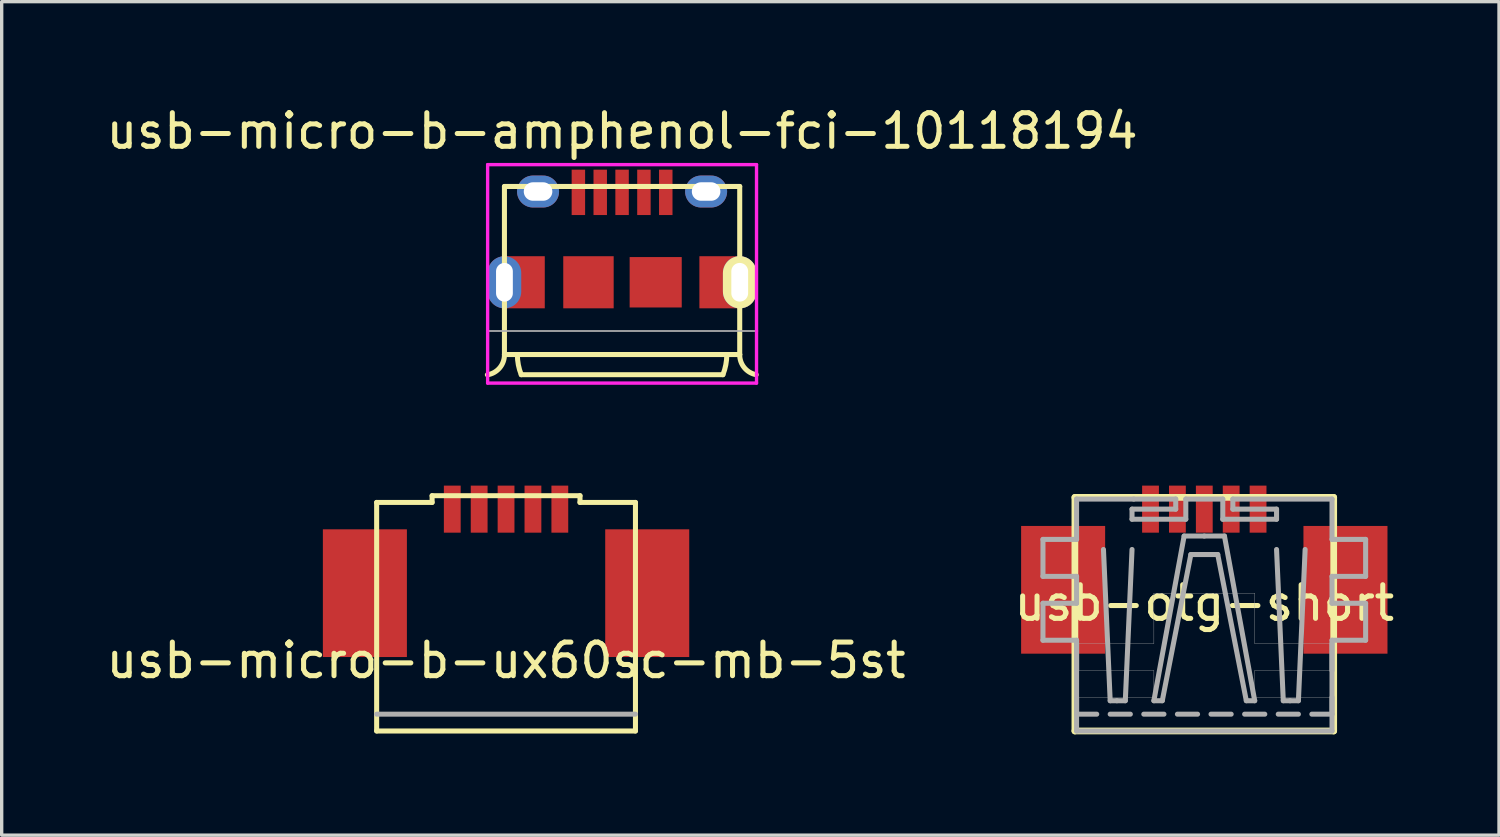
<source format=kicad_pcb>
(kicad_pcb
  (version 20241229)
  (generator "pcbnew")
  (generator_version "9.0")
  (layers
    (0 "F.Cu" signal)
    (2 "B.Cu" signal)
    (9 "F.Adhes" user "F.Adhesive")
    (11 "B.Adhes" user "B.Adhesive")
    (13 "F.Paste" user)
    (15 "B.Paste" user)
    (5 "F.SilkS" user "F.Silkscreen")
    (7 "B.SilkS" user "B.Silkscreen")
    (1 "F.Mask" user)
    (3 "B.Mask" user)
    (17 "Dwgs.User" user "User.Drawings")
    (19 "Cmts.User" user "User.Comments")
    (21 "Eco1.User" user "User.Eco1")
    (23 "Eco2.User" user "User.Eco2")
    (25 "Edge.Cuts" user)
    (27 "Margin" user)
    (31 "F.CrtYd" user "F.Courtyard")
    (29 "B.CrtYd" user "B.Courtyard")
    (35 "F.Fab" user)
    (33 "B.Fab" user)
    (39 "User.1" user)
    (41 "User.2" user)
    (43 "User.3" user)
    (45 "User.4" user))
  (footprint "usb-otg-short"
    (layer "F.Cu")
    (at 32.78 18.198)
    (property "Reference" "usb-otg-short" (at 0 -3.306 0) (layer "F.SilkS") (effects (font (size 1 1) (thickness 0.15))))
    (attr through_hole)
    (fp_line (start -3.85 -6.45) (end -3.85 0.5) (stroke (width 0.2) (type solid)) (layer "F.SilkS"))
    (fp_line (start -3.85 0.5) (end 3.85 0.5) (stroke (width 0.2) (type solid)) (layer "F.SilkS"))
    (fp_line (start 3.85 -6.45) (end -3.85 -6.45) (stroke (width 0.2) (type solid)) (layer "F.SilkS"))
    (fp_line (start 3.85 0.5) (end 3.85 -6.45) (stroke (width 0.2) (type solid)) (layer "F.SilkS"))
    (fp_line (start -4.8 -5.2) (end -4.8 -4.1) (stroke (width 0.15) (type solid)) (layer "F.Fab"))
    (fp_line (start -4.8 -4.1) (end -3.8 -4.1) (stroke (width 0.15) (type solid)) (layer "F.Fab"))
    (fp_line (start -4.8 -3.3) (end -4.8 -2.2) (stroke (width 0.15) (type solid)) (layer "F.Fab"))
    (fp_line (start -4.8 -2.2) (end -3.8 -2.2) (stroke (width 0.15) (type solid)) (layer "F.Fab"))
    (fp_line (start -3.8 -6.4) (end -3.8 -5.2) (stroke (width 0.15) (type solid)) (layer "F.Fab"))
    (fp_line (start -3.8 -6.4) (end -2.1 -6.4) (stroke (width 0.15) (type solid)) (layer "F.Fab"))
    (fp_line (start -3.8 -5.2) (end -4.8 -5.2) (stroke (width 0.15) (type solid)) (layer "F.Fab"))
    (fp_line (start -3.8 -4.1) (end -3.8 -3.3) (stroke (width 0.15) (type solid)) (layer "F.Fab"))
    (fp_line (start -3.8 -3.3) (end -4.8 -3.3) (stroke (width 0.15) (type solid)) (layer "F.Fab"))
    (fp_line (start -3.8 -2.2) (end -3.8 0.5) (stroke (width 0.15) (type solid)) (layer "F.Fab"))
    (fp_line (start -3.8 -2.1) (end -3.8 -1.3) (stroke (width 0.15) (type solid)) (layer "F.Fab"))
    (fp_line (start -3.8 -1.3) (end -1.5 -1.3) (stroke (width 0.01) (type solid)) (layer "F.Fab"))
    (fp_line (start -3.8 -0.5) (end -3.8 0) (stroke (width 0.15) (type solid)) (layer "F.Fab"))
    (fp_line (start -3.8 0) (end -3.2 0) (stroke (width 0.15) (type solid)) (layer "F.Fab"))
    (fp_line (start -3.8 0.5) (end 3.8 0.5) (stroke (width 0.15) (type solid)) (layer "F.Fab"))
    (fp_line (start -3 -4.9) (end -2.8 -0.4) (stroke (width 0.15) (type solid)) (layer "F.Fab"))
    (fp_line (start -2.8 -0.4) (end -2.6 -0.4) (stroke (width 0.15) (type solid)) (layer "F.Fab"))
    (fp_line (start -2.8 0) (end -2.2 0) (stroke (width 0.15) (type solid)) (layer "F.Fab"))
    (fp_line (start -2.35 -0.4) (end -2.6 -0.4) (stroke (width 0.15) (type solid)) (layer "F.Fab"))
    (fp_line (start -2.15 -6.1) (end -2.15 -5.8) (stroke (width 0.15) (type solid)) (layer "F.Fab"))
    (fp_line (start -2.15 -5.8) (end -0.55 -5.8) (stroke (width 0.15) (type solid)) (layer "F.Fab"))
    (fp_line (start -2.15 -4.9) (end -2.35 -0.4) (stroke (width 0.15) (type solid)) (layer "F.Fab"))
    (fp_line (start -2.1 -6.4) (end -0.85 -6.4) (stroke (width 0.15) (type solid)) (layer "F.Fab"))
    (fp_line (start -1.8 0) (end -1.2 0) (stroke (width 0.15) (type solid)) (layer "F.Fab"))
    (fp_line (start -1.5 -3.6) (end 1.5 -3.6) (stroke (width 0.01) (type solid)) (layer "F.Fab"))
    (fp_line (start -1.5 -2.1) (end -3.8 -2.1) (stroke (width 0.01) (type solid)) (layer "F.Fab"))
    (fp_line (start -1.5 -2.1) (end -1.5 -3.6) (stroke (width 0.01) (type solid)) (layer "F.Fab"))
    (fp_line (start -1.5 -1.3) (end -1.5 -0.5) (stroke (width 0.01) (type solid)) (layer "F.Fab"))
    (fp_line (start -1.5 -0.5) (end -3.8 -0.5) (stroke (width 0.01) (type solid)) (layer "F.Fab"))
    (fp_line (start -1.5 -0.4) (end -1.25 -0.4) (stroke (width 0.15) (type solid)) (layer "F.Fab"))
    (fp_line (start -1.25 -0.4) (end -0.4 -4.75) (stroke (width 0.15) (type solid)) (layer "F.Fab"))
    (fp_line (start -0.85 -6.4) (end -0.85 -6.1) (stroke (width 0.15) (type solid)) (layer "F.Fab"))
    (fp_line (start -0.85 -6.1) (end -2.15 -6.1) (stroke (width 0.15) (type solid)) (layer "F.Fab"))
    (fp_line (start -0.8 0) (end -0.2 0) (stroke (width 0.15) (type solid)) (layer "F.Fab"))
    (fp_line (start -0.6 -5.3) (end -1.5 -0.4) (stroke (width 0.15) (type solid)) (layer "F.Fab"))
    (fp_line (start -0.55 -6.4) (end 0.55 -6.4) (stroke (width 0.15) (type solid)) (layer "F.Fab"))
    (fp_line (start -0.55 -5.8) (end -0.55 -6.4) (stroke (width 0.15) (type solid)) (layer "F.Fab"))
    (fp_line (start -0.4 -4.75) (end 0 -4.75) (stroke (width 0.15) (type solid)) (layer "F.Fab"))
    (fp_line (start 0 -5.3) (end -0.6 -5.3) (stroke (width 0.15) (type solid)) (layer "F.Fab"))
    (fp_line (start 0 -5.3) (end 0.6 -5.3) (stroke (width 0.15) (type solid)) (layer "F.Fab"))
    (fp_line (start 0.2 0) (end 0.8 0) (stroke (width 0.15) (type solid)) (layer "F.Fab"))
    (fp_line (start 0.4 -4.75) (end 0 -4.75) (stroke (width 0.15) (type solid)) (layer "F.Fab"))
    (fp_line (start 0.55 -6.4) (end 0.55 -5.8) (stroke (width 0.15) (type solid)) (layer "F.Fab"))
    (fp_line (start 0.55 -5.8) (end 2.15 -5.8) (stroke (width 0.15) (type solid)) (layer "F.Fab"))
    (fp_line (start 0.6 -5.3) (end 1.5 -0.4) (stroke (width 0.15) (type solid)) (layer "F.Fab"))
    (fp_line (start 0.85 -6.4) (end 3.8 -6.4) (stroke (width 0.15) (type solid)) (layer "F.Fab"))
    (fp_line (start 0.85 -6.1) (end 0.85 -6.4) (stroke (width 0.15) (type solid)) (layer "F.Fab"))
    (fp_line (start 1.2 0) (end 1.8 0) (stroke (width 0.15) (type solid)) (layer "F.Fab"))
    (fp_line (start 1.25 -0.4) (end 0.4 -4.75) (stroke (width 0.15) (type solid)) (layer "F.Fab"))
    (fp_line (start 1.5 -3.6) (end 1.5 -2.1) (stroke (width 0.01) (type solid)) (layer "F.Fab"))
    (fp_line (start 1.5 -2.1) (end 3.8 -2.1) (stroke (width 0.01) (type solid)) (layer "F.Fab"))
    (fp_line (start 1.5 -1.3) (end 3.8 -1.3) (stroke (width 0.01) (type solid)) (layer "F.Fab"))
    (fp_line (start 1.5 -0.5) (end 1.5 -1.3) (stroke (width 0.01) (type solid)) (layer "F.Fab"))
    (fp_line (start 1.5 -0.4) (end 1.25 -0.4) (stroke (width 0.15) (type solid)) (layer "F.Fab"))
    (fp_line (start 2.15 -6.1) (end 0.85 -6.1) (stroke (width 0.15) (type solid)) (layer "F.Fab"))
    (fp_line (start 2.15 -5.8) (end 2.15 -6.1) (stroke (width 0.15) (type solid)) (layer "F.Fab"))
    (fp_line (start 2.15 -4.9) (end 2.35 -0.4) (stroke (width 0.15) (type solid)) (layer "F.Fab"))
    (fp_line (start 2.2 0) (end 2.8 0) (stroke (width 0.15) (type solid)) (layer "F.Fab"))
    (fp_line (start 2.35 -0.4) (end 2.55 -0.4) (stroke (width 0.15) (type solid)) (layer "F.Fab"))
    (fp_line (start 2.8 -0.4) (end 2.55 -0.4) (stroke (width 0.15) (type solid)) (layer "F.Fab"))
    (fp_line (start 3 -4.9) (end 2.8 -0.4) (stroke (width 0.15) (type solid)) (layer "F.Fab"))
    (fp_line (start 3.2 0) (end 3.8 0) (stroke (width 0.15) (type solid)) (layer "F.Fab"))
    (fp_line (start 3.8 -5.2) (end 3.8 -6.4) (stroke (width 0.15) (type solid)) (layer "F.Fab"))
    (fp_line (start 3.8 -4.1) (end 3.8 -3.3) (stroke (width 0.15) (type solid)) (layer "F.Fab"))
    (fp_line (start 3.8 -4.1) (end 4.8 -4.1) (stroke (width 0.15) (type solid)) (layer "F.Fab"))
    (fp_line (start 3.8 -2.2) (end 4.8 -2.2) (stroke (width 0.15) (type solid)) (layer "F.Fab"))
    (fp_line (start 3.8 -1.3) (end 3.8 -2.1) (stroke (width 0.15) (type solid)) (layer "F.Fab"))
    (fp_line (start 3.8 -0.5) (end 1.5 -0.5) (stroke (width 0.01) (type solid)) (layer "F.Fab"))
    (fp_line (start 3.8 0) (end 3.8 -0.5) (stroke (width 0.15) (type solid)) (layer "F.Fab"))
    (fp_line (start 3.8 0.5) (end 3.8 -2.2) (stroke (width 0.15) (type solid)) (layer "F.Fab"))
    (fp_line (start 4.8 -5.2) (end 3.8 -5.2) (stroke (width 0.15) (type solid)) (layer "F.Fab"))
    (fp_line (start 4.8 -5.2) (end 4.8 -4.1) (stroke (width 0.15) (type solid)) (layer "F.Fab"))
    (fp_line (start 4.8 -3.3) (end 3.8 -3.3) (stroke (width 0.15) (type solid)) (layer "F.Fab"))
    (fp_line (start 4.8 -3.3) (end 4.8 -2.2) (stroke (width 0.15) (type solid)) (layer "F.Fab"))
    (pad "1" smd rect (at -1.6 -6.1) (size 0.5 1.4) (layers "F.Cu" "F.Mask" "F.Paste"))
    (pad "2" smd rect (at -0.8 -6.1) (size 0.5 1.4) (layers "F.Cu" "F.Mask" "F.Paste"))
    (pad "3" smd rect (at 0 -6.1) (size 0.5 1.4) (layers "F.Cu" "F.Mask" "F.Paste"))
    (pad "4" smd rect (at 0.8 -6.1) (size 0.5 1.4) (layers "F.Cu" "F.Mask" "F.Paste"))
    (pad "5" smd rect (at 1.6 -6.1) (size 0.5 1.4) (layers "F.Cu" "F.Mask" "F.Paste"))
    (pad "6" smd rect (at -4.2 -3.7) (size 2.5 3.8) (layers "F.Cu" "F.Mask" "F.Paste"))
    (pad "6" smd rect (at 4.2 -3.7) (size 2.5 3.8) (layers "F.Cu" "F.Mask" "F.Paste")))
  (footprint "usb-micro-b-amphenol-fci-10118194"
    (layer "F.Cu")
    (at 15.458 5.348)
    (property "Reference" "usb-micro-b-amphenol-fci-10118194" (at 0 -4.5 0) (layer "F.SilkS") (effects (font (size 1 1) (thickness 0.15))))
    (attr through_hole)
    (fp_line (start -3.5 -2.85) (end -3.5 2.15) (stroke (width 0.15) (type solid)) (layer "F.SilkS"))
    (fp_line (start -3.5 2.15) (end 3.5 2.15) (stroke (width 0.15) (type solid)) (layer "F.SilkS"))
    (fp_line (start -3 2.75) (end 3 2.75) (stroke (width 0.15) (type solid)) (layer "F.SilkS"))
    (fp_line (start 3.5 -2.85) (end -3.5 -2.85) (stroke (width 0.15) (type solid)) (layer "F.SilkS"))
    (fp_line (start 3.5 -2.85) (end 3.5 2.15) (stroke (width 0.15) (type solid)) (layer "F.SilkS"))
    (fp_arc (start -3.5 2.15) (mid -3.640864 2.546386) (end -4.007362 2.75289) (stroke (width 0.15) (type solid)) (layer "F.SilkS"))
    (fp_arc (start -3 2.75) (mid -3.086399 2.455513) (end -3.115549 2.15) (stroke (width 0.15) (type solid)) (layer "F.SilkS"))
    (fp_arc (start 3.115549 2.15004) (mid 3.086395 2.455532) (end 3 2.75) (stroke (width 0.15) (type solid)) (layer "F.SilkS"))
    (fp_arc (start 3.990732 2.750051) (mid 3.635478 2.539894) (end 3.5 2.15) (stroke (width 0.15) (type solid)) (layer "F.SilkS"))
    (fp_line (start -4 -3.5) (end 4 -3.5) (stroke (width 0.1) (type solid)) (layer "F.CrtYd"))
    (fp_line (start -4 3) (end -4 -3.5) (stroke (width 0.1) (type solid)) (layer "F.CrtYd"))
    (fp_line (start 4 -3.5) (end 4 3) (stroke (width 0.1) (type solid)) (layer "F.CrtYd"))
    (fp_line (start 4 3) (end -4 3) (stroke (width 0.1) (type solid)) (layer "F.CrtYd"))
    (fp_line (start -4.025 1.45) (end 4.025 1.45) (stroke (width 0.05) (type solid)) (layer "F.Fab"))
    (pad "1" smd rect (at -1.3 -2.675) (size 0.4 1.35) (layers "F.Cu" "F.Mask" "F.Paste"))
    (pad "2" smd rect (at -0.65 -2.675) (size 0.4 1.35) (layers "F.Cu" "F.Mask" "F.Paste"))
    (pad "3" smd rect (at 0 -2.675 180) (size 0.4 1.35) (layers "F.Cu" "F.Mask" "F.Paste"))
    (pad "4" smd rect (at 0.65 -2.675 180) (size 0.4 1.35) (layers "F.Cu" "F.Mask" "F.Paste"))
    (pad "5" smd rect (at 1.3 -2.675) (size 0.4 1.35) (layers "F.Cu" "F.Mask" "F.Paste"))
    (pad "6" thru_hole oval (at -3.5 0) (size 1 1.55) (drill oval 0.5 1.15) (layers "*.Cu" "*.Mask"))
    (pad "6" smd rect (at -2.9 0) (size 1.2 1.55) (layers "F.Cu" "F.Mask" "F.Paste"))
    (pad "6" thru_hole oval (at -2.5 -2.7) (size 1.25 0.95) (drill oval 0.85 0.55) (layers "*.Cu" "*.Mask"))
    (pad "6" smd rect (at -1 0) (size 1.5 1.55) (layers "F.Cu" "F.Mask" "F.Paste"))
    (pad "6" smd rect (at 1 0 90) (size 1.5 1.55) (layers "F.Cu" "F.Mask" "F.Paste"))
    (pad "6" thru_hole oval (at 2.5 -2.7) (size 1.25 0.95) (drill oval 0.85 0.55) (layers "*.Cu" "*.Mask"))
    (pad "6" smd rect (at 2.9 0) (size 1.2 1.55) (layers "F.Cu" "F.Mask" "F.Paste"))
    (pad "6" thru_hole oval (at 3.5 0) (size 1 1.55) (drill oval 0.5 1.15) (layers "*.Cu" "*.Mask" "F.SilkS")))
  (footprint "usb-micro-b-ux60sc-mb-5st"
    (layer "F.Cu")
    (at 12.006 15.498)
    (property "Reference" "usb-micro-b-ux60sc-mb-5st" (at 0 1.1 0) (layer "F.SilkS") (effects (font (size 1 1) (thickness 0.15))))
    (attr through_hole)
    (fp_line (start -3.85 -3.6) (end -2.2 -3.6) (stroke (width 0.15) (type solid)) (layer "F.SilkS"))
    (fp_line (start -3.85 2.7) (end -3.85 -3.6) (stroke (width 0.15) (type solid)) (layer "F.SilkS"))
    (fp_line (start -3.85 3.2) (end -3.85 2.7) (stroke (width 0.15) (type solid)) (layer "F.SilkS"))
    (fp_line (start -3.85 3.2) (end 3.85 3.2) (stroke (width 0.15) (type solid)) (layer "F.SilkS"))
    (fp_line (start -2.2 -3.8) (end 2.2 -3.8) (stroke (width 0.15) (type solid)) (layer "F.SilkS"))
    (fp_line (start -2.2 -3.6) (end -2.2 -3.8) (stroke (width 0.15) (type solid)) (layer "F.SilkS"))
    (fp_line (start 2.2 -3.6) (end 2.2 -3.8) (stroke (width 0.15) (type solid)) (layer "F.SilkS"))
    (fp_line (start 3.85 -3.6) (end 2.2 -3.6) (stroke (width 0.15) (type solid)) (layer "F.SilkS"))
    (fp_line (start 3.85 2.7) (end 3.85 -3.6) (stroke (width 0.15) (type solid)) (layer "F.SilkS"))
    (fp_line (start 3.85 2.7) (end 3.85 3.2) (stroke (width 0.15) (type solid)) (layer "F.SilkS"))
    (fp_line (start -3.85 2.7) (end 3.85 2.7) (stroke (width 0.15) (type solid)) (layer "F.Fab"))
    (pad "1" smd rect (at -1.6 -3.4) (size 0.5 1.4) (layers "F.Cu" "F.Mask" "F.Paste"))
    (pad "2" smd rect (at -0.8 -3.4) (size 0.5 1.4) (layers "F.Cu" "F.Mask" "F.Paste"))
    (pad "3" smd rect (at 0 -3.4) (size 0.5 1.4) (layers "F.Cu" "F.Mask" "F.Paste"))
    (pad "4" smd rect (at 0.8 -3.4) (size 0.5 1.4) (layers "F.Cu" "F.Mask" "F.Paste"))
    (pad "5" smd rect (at 1.6 -3.4) (size 0.5 1.4) (layers "F.Cu" "F.Mask" "F.Paste"))
    (pad "6" smd rect (at -4.2 -0.9) (size 2.5 3.8) (layers "F.Cu" "F.Mask" "F.Paste"))
    (pad "6" smd rect (at 4.2 -0.9) (size 2.5 3.8) (layers "F.Cu" "F.Mask" "F.Paste")))
  (gr_rect
    (start -3 -3)
    (end 41.548 21.798)
    (stroke (width 0.1) (type default))
    (fill no)
    (layer "Edge.Cuts")))
</source>
